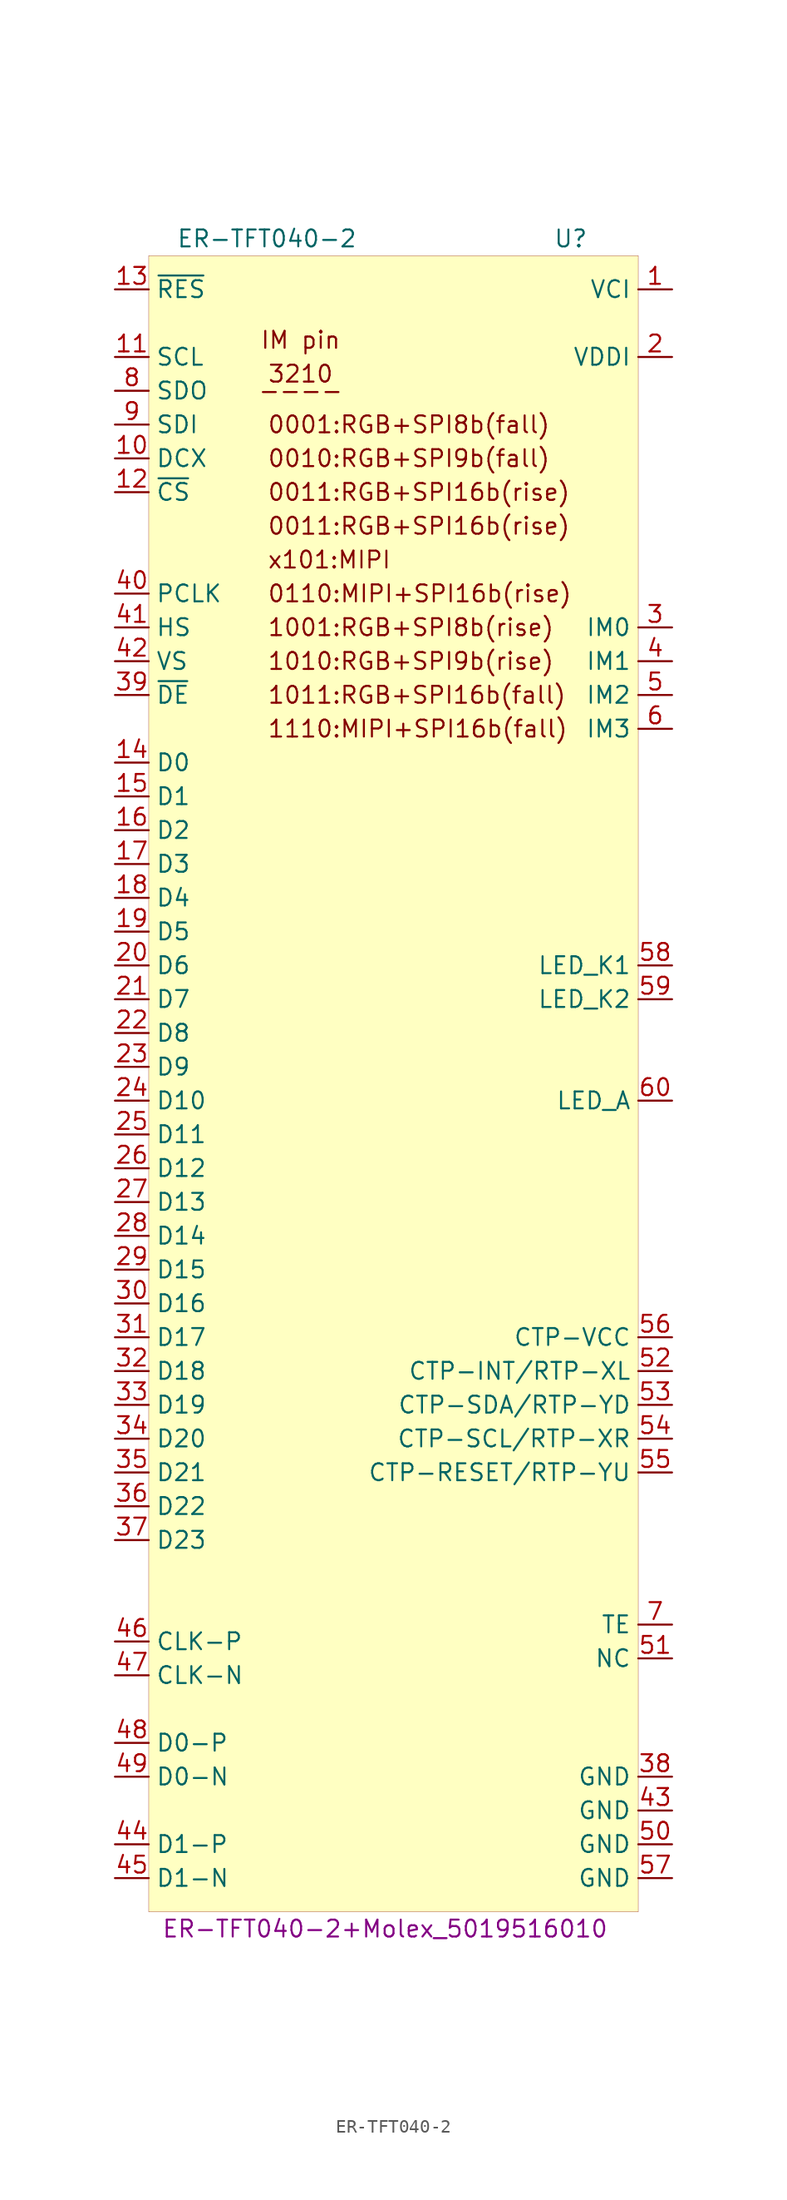
<source format=kicad_sym>
(kicad_symbol_lib
  (version 20201005)
  (generator kicad_symbol_editor)
  (symbol "megaxone_display:ER-TFT040-2"
    (property "Reference" "U"
      (at 12.7 64.77 0)
      (effects (font (size 1.27 1.27))))
    (property "Value" "ER-TFT040-2"
      (at -10.16 64.77 0)
      (effects (font (size 1.27 1.27))))
    (property "MPN" "ER-TFT040-2+Molex_5019516010"
      (at -1.27 -62.23 0)
      (effects (font (size 1.27 1.27))))
    (symbol "ER-TFT040-2_0_0"
      (text "0001:RGB+SPI8b(fall)" (at -10.16 50.8 0) (effects (font (size 1.27 1.27)) (justify left)))
      (text "0010:RGB+SPI9b(fall)" (at -10.16 48.26 0) (effects (font (size 1.27 1.27)) (justify left)))
      (text "0011:RGB+SPI16b(rise)" (at -10.16 45.72 0) (effects (font (size 1.27 1.27)) (justify left)))
      (text "0011:RGB+SPI16b(rise)" (at -10.16 43.18 0) (effects (font (size 1.27 1.27)) (justify left)))
      (text "x101:MIPI" (at -10.16 40.64 0) (effects (font (size 1.27 1.27)) (justify left)))
      (text "0110:MIPI+SPI16b(rise)" (at -10.16 38.1 0) (effects (font (size 1.27 1.27)) (justify left)))
      (text "1001:RGB+SPI8b(rise)" (at -10.16 35.56 0) (effects (font (size 1.27 1.27)) (justify left)))
      (text "1010:RGB+SPI9b(rise)" (at -10.16 33.02 0) (effects (font (size 1.27 1.27)) (justify left)))
      (text "1011:RGB+SPI16b(fall)" (at -10.16 30.48 0) (effects (font (size 1.27 1.27)) (justify left)))
      (text "1110:MIPI+SPI16b(fall)" (at -10.16 27.94 0) (effects (font (size 1.27 1.27)) (justify left)))
      (text "IM pin" (at -7.62 57.15 0) (effects (font (size 1.27 1.27))))
      (text "3210" (at -7.62 54.61 0) (effects (font (size 1.27 1.27))))
      (text "----" (at -7.62 53.34 0) (effects (font (size 1.27 1.27)))))
    (symbol "ER-TFT040-2_0_1"
      (rectangle (start -19.05 -60.96) (end 17.78 63.5) (stroke (width 0.001)) (fill (type background))))
    (symbol "ER-TFT040-2_1_1"
      (pin power_in line (at 20.32 60.96 180) (length 2.54) (name "VCI" (effects (font (size 1.27 1.27)))) (number "1" (effects (font (size 1.27 1.27)))))
      (pin power_in line (at 20.32 55.88 180) (length 2.54) (name "VDDI" (effects (font (size 1.27 1.27)))) (number "2" (effects (font (size 1.27 1.27)))))
      (pin input line (at 20.32 35.56 180) (length 2.54) (name "IM0" (effects (font (size 1.27 1.27)))) (number "3" (effects (font (size 1.27 1.27)))))
      (pin input line (at 20.32 33.02 180) (length 2.54) (name "IM1" (effects (font (size 1.27 1.27)))) (number "4" (effects (font (size 1.27 1.27)))))
      (pin input line (at 20.32 30.48 180) (length 2.54) (name "IM2" (effects (font (size 1.27 1.27)))) (number "5" (effects (font (size 1.27 1.27)))))
      (pin input line (at 20.32 27.94 180) (length 2.54) (name "IM3" (effects (font (size 1.27 1.27)))) (number "6" (effects (font (size 1.27 1.27)))))
      (pin output line (at -21.59 53.34 0) (length 2.54) (name "SDO" (effects (font (size 1.27 1.27)))) (number "8" (effects (font (size 1.27 1.27)))))
      (pin input line (at -21.59 50.8 0) (length 2.54) (name "SDI" (effects (font (size 1.27 1.27)))) (number "9" (effects (font (size 1.27 1.27)))))
      (pin input line (at -21.59 48.26 0) (length 2.54) (name "DCX" (effects (font (size 1.27 1.27)))) (number "10" (effects (font (size 1.27 1.27)))))
      (pin input line (at -21.59 55.88 0) (length 2.54) (name "SCL" (effects (font (size 1.27 1.27)))) (number "11" (effects (font (size 1.27 1.27)))))
      (pin input line (at -21.59 45.72 0) (length 2.54) (name "~CS~" (effects (font (size 1.27 1.27)))) (number "12" (effects (font (size 1.27 1.27)))))
      (pin input line (at -21.59 60.96 0) (length 2.54) (name "~RES~" (effects (font (size 1.27 1.27)))) (number "13" (effects (font (size 1.27 1.27)))))
      (pin power_in line (at 20.32 -50.8 180) (length 2.54) (name "GND" (effects (font (size 1.27 1.27)))) (number "38" (effects (font (size 1.27 1.27)))))
      (pin input line (at -21.59 30.48 0) (length 2.54) (name "~DE~" (effects (font (size 1.27 1.27)))) (number "39" (effects (font (size 1.27 1.27)))))
      (pin input line (at -21.59 38.1 0) (length 2.54) (name "PCLK" (effects (font (size 1.27 1.27)))) (number "40" (effects (font (size 1.27 1.27)))))
      (pin input line (at -21.59 35.56 0) (length 2.54) (name "HS" (effects (font (size 1.27 1.27)))) (number "41" (effects (font (size 1.27 1.27)))))
      (pin input line (at -21.59 33.02 0) (length 2.54) (name "VS" (effects (font (size 1.27 1.27)))) (number "42" (effects (font (size 1.27 1.27)))))
      (pin power_in line (at 20.32 -53.34 180) (length 2.54) (name "GND" (effects (font (size 1.27 1.27)))) (number "43" (effects (font (size 1.27 1.27)))))
      (pin bidirectional line (at -21.59 -55.88 0) (length 2.54) (name "D1-P" (effects (font (size 1.27 1.27)))) (number "44" (effects (font (size 1.27 1.27)))))
      (pin bidirectional line (at -21.59 -58.42 0) (length 2.54) (name "D1-N" (effects (font (size 1.27 1.27)))) (number "45" (effects (font (size 1.27 1.27)))))
      (pin bidirectional line (at -21.59 -40.64 0) (length 2.54) (name "CLK-P" (effects (font (size 1.27 1.27)))) (number "46" (effects (font (size 1.27 1.27)))))
      (pin bidirectional line (at -21.59 -43.18 0) (length 2.54) (name "CLK-N" (effects (font (size 1.27 1.27)))) (number "47" (effects (font (size 1.27 1.27)))))
      (pin bidirectional line (at -21.59 -48.26 0) (length 2.54) (name "D0-P" (effects (font (size 1.27 1.27)))) (number "48" (effects (font (size 1.27 1.27)))))
      (pin bidirectional line (at -21.59 -50.8 0) (length 2.54) (name "D0-N" (effects (font (size 1.27 1.27)))) (number "49" (effects (font (size 1.27 1.27)))))
      (pin power_in line (at 20.32 -55.88 180) (length 2.54) (name "GND" (effects (font (size 1.27 1.27)))) (number "50" (effects (font (size 1.27 1.27)))))
      (pin passive line (at 20.32 -41.91 180) (length 2.54) (name "NC" (effects (font (size 1.27 1.27)))) (number "51" (effects (font (size 1.27 1.27)))))
      (pin passive line (at 20.32 -39.37 180) (length 2.54) (name "TE" (effects (font (size 1.27 1.27)))) (number "7" (effects (font (size 1.27 1.27)))))
      (pin passive line (at 20.32 -20.32 180) (length 2.54) (name "CTP-INT/RTP-XL" (effects (font (size 1.27 1.27)))) (number "52" (effects (font (size 1.27 1.27)))))
      (pin passive line (at 20.32 -22.86 180) (length 2.54) (name "CTP-SDA/RTP-YD" (effects (font (size 1.27 1.27)))) (number "53" (effects (font (size 1.27 1.27)))))
      (pin passive line (at 20.32 -25.4 180) (length 2.54) (name "CTP-SCL/RTP-XR" (effects (font (size 1.27 1.27)))) (number "54" (effects (font (size 1.27 1.27)))))
      (pin passive line (at 20.32 -27.94 180) (length 2.54) (name "CTP-RESET/RTP-YU" (effects (font (size 1.27 1.27)))) (number "55" (effects (font (size 1.27 1.27)))))
      (pin power_in line (at 20.32 -17.78 180) (length 2.54) (name "CTP-VCC" (effects (font (size 1.27 1.27)))) (number "56" (effects (font (size 1.27 1.27)))))
      (pin power_in line (at 20.32 -58.42 180) (length 2.54) (name "GND" (effects (font (size 1.27 1.27)))) (number "57" (effects (font (size 1.27 1.27)))))
      (pin passive line (at 20.32 10.16 180) (length 2.54) (name "LED_K1" (effects (font (size 1.27 1.27)))) (number "58" (effects (font (size 1.27 1.27)))))
      (pin passive line (at 20.32 7.62 180) (length 2.54) (name "LED_K2" (effects (font (size 1.27 1.27)))) (number "59" (effects (font (size 1.27 1.27)))))
      (pin passive line (at 20.32 0 180) (length 2.54) (name "LED_A" (effects (font (size 1.27 1.27)))) (number "60" (effects (font (size 1.27 1.27)))))
      (pin input line (at -21.59 25.4 0) (length 2.54) (name "D0" (effects (font (size 1.27 1.27)))) (number "14" (effects (font (size 1.27 1.27)))))
      (pin input line (at -21.59 22.86 0) (length 2.54) (name "D1" (effects (font (size 1.27 1.27)))) (number "15" (effects (font (size 1.27 1.27)))))
      (pin input line (at -21.59 20.32 0) (length 2.54) (name "D2" (effects (font (size 1.27 1.27)))) (number "16" (effects (font (size 1.27 1.27)))))
      (pin input line (at -21.59 17.78 0) (length 2.54) (name "D3" (effects (font (size 1.27 1.27)))) (number "17" (effects (font (size 1.27 1.27)))))
      (pin input line (at -21.59 15.24 0) (length 2.54) (name "D4" (effects (font (size 1.27 1.27)))) (number "18" (effects (font (size 1.27 1.27)))))
      (pin input line (at -21.59 12.7 0) (length 2.54) (name "D5" (effects (font (size 1.27 1.27)))) (number "19" (effects (font (size 1.27 1.27)))))
      (pin input line (at -21.59 10.16 0) (length 2.54) (name "D6" (effects (font (size 1.27 1.27)))) (number "20" (effects (font (size 1.27 1.27)))))
      (pin input line (at -21.59 7.62 0) (length 2.54) (name "D7" (effects (font (size 1.27 1.27)))) (number "21" (effects (font (size 1.27 1.27)))))
      (pin input line (at -21.59 5.08 0) (length 2.54) (name "D8" (effects (font (size 1.27 1.27)))) (number "22" (effects (font (size 1.27 1.27)))))
      (pin input line (at -21.59 2.54 0) (length 2.54) (name "D9" (effects (font (size 1.27 1.27)))) (number "23" (effects (font (size 1.27 1.27)))))
      (pin input line (at -21.59 0 0) (length 2.54) (name "D10" (effects (font (size 1.27 1.27)))) (number "24" (effects (font (size 1.27 1.27)))))
      (pin input line (at -21.59 -2.54 0) (length 2.54) (name "D11" (effects (font (size 1.27 1.27)))) (number "25" (effects (font (size 1.27 1.27)))))
      (pin input line (at -21.59 -5.08 0) (length 2.54) (name "D12" (effects (font (size 1.27 1.27)))) (number "26" (effects (font (size 1.27 1.27)))))
      (pin input line (at -21.59 -7.62 0) (length 2.54) (name "D13" (effects (font (size 1.27 1.27)))) (number "27" (effects (font (size 1.27 1.27)))))
      (pin input line (at -21.59 -10.16 0) (length 2.54) (name "D14" (effects (font (size 1.27 1.27)))) (number "28" (effects (font (size 1.27 1.27)))))
      (pin input line (at -21.59 -12.7 0) (length 2.54) (name "D15" (effects (font (size 1.27 1.27)))) (number "29" (effects (font (size 1.27 1.27)))))
      (pin input line (at -21.59 -15.24 0) (length 2.54) (name "D16" (effects (font (size 1.27 1.27)))) (number "30" (effects (font (size 1.27 1.27)))))
      (pin input line (at -21.59 -17.78 0) (length 2.54) (name "D17" (effects (font (size 1.27 1.27)))) (number "31" (effects (font (size 1.27 1.27)))))
      (pin input line (at -21.59 -20.32 0) (length 2.54) (name "D18" (effects (font (size 1.27 1.27)))) (number "32" (effects (font (size 1.27 1.27)))))
      (pin input line (at -21.59 -22.86 0) (length 2.54) (name "D19" (effects (font (size 1.27 1.27)))) (number "33" (effects (font (size 1.27 1.27)))))
      (pin input line (at -21.59 -25.4 0) (length 2.54) (name "D20" (effects (font (size 1.27 1.27)))) (number "34" (effects (font (size 1.27 1.27)))))
      (pin input line (at -21.59 -27.94 0) (length 2.54) (name "D21" (effects (font (size 1.27 1.27)))) (number "35" (effects (font (size 1.27 1.27)))))
      (pin input line (at -21.59 -30.48 0) (length 2.54) (name "D22" (effects (font (size 1.27 1.27)))) (number "36" (effects (font (size 1.27 1.27)))))
      (pin input line (at -21.59 -33.02 0) (length 2.54) (name "D23" (effects (font (size 1.27 1.27)))) (number "37" (effects (font (size 1.27 1.27))))))))
</source>
